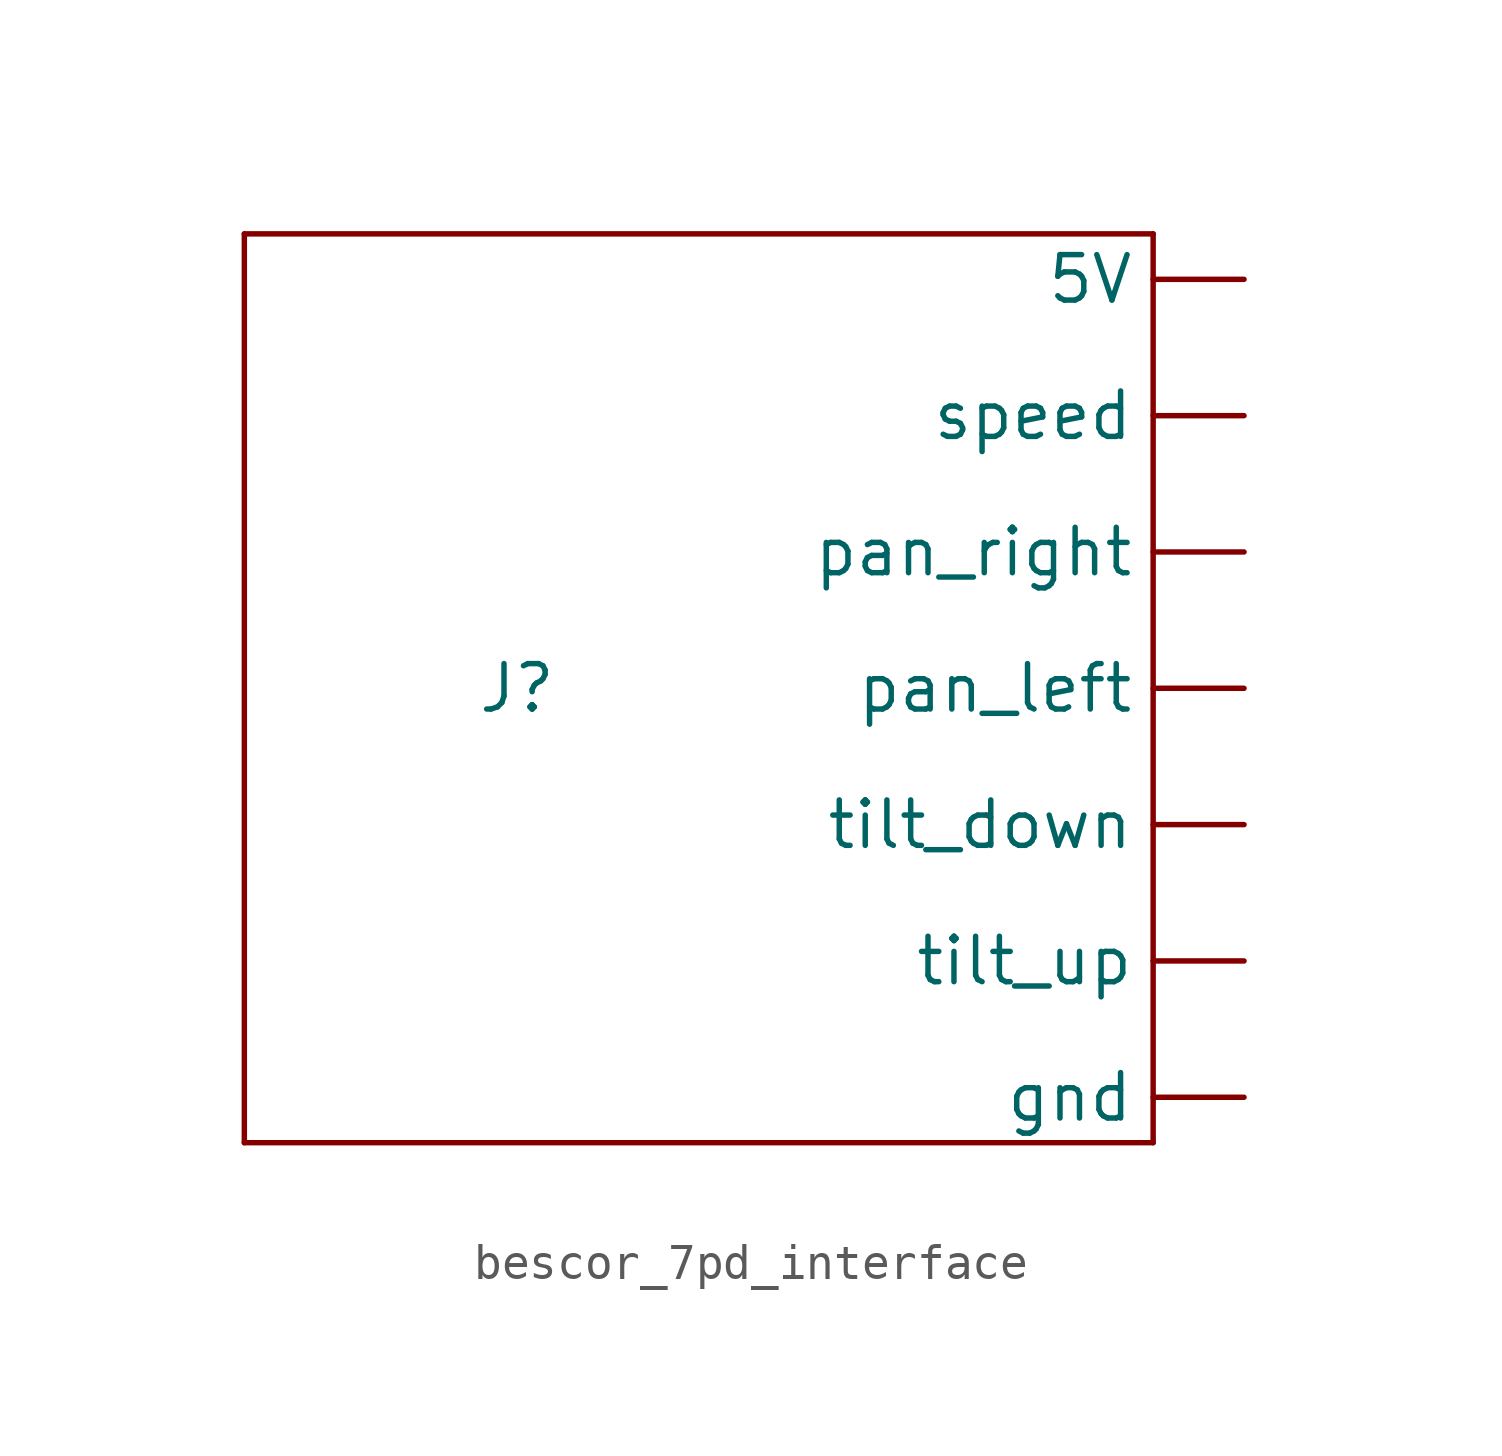
<source format=kicad_sym>
(kicad_symbol_lib
  (version 20220914)
  (generator kicad_symbol_editor)
  (symbol "bescor_7pd_interface"
    (property "Reference" "J"
      (at -5.08 0 0)
      (effects (font (size 1.27 1.27))))
    (property "Value" ""
      (at 15.24 8.89 0)
      (effects (font (size 1.27 1.27))))
    (property "ki_locked" ""
      (at 0 0 0)
      (effects (font (size 1.27 1.27))))
    (symbol "bescor_7pd_interface_0_0"
      (pin power_in line (at 15.24 11.43 180) (length 2.54) (name "5V" (effects (font (size 1.27 1.27)))) (number "" (effects (font (size 1.27 1.27)))))
      (pin power_in line (at 15.24 -11.43 180) (length 2.54) (name "gnd" (effects (font (size 1.27 1.27)))) (number "" (effects (font (size 1.27 1.27)))))
      (pin output line (at 15.24 0 180) (length 2.54) (name "pan_left" (effects (font (size 1.27 1.27)))) (number "" (effects (font (size 1.27 1.27)))))
      (pin output line (at 15.24 3.81 180) (length 2.54) (name "pan_right" (effects (font (size 1.27 1.27)))) (number "" (effects (font (size 1.27 1.27)))))
      (pin output line (at 15.24 7.62 180) (length 2.54) (name "speed" (effects (font (size 1.27 1.27)))) (number "" (effects (font (size 1.27 1.27)))))
      (pin output line (at 15.24 -3.81 180) (length 2.54) (name "tilt_down" (effects (font (size 1.27 1.27)))) (number "" (effects (font (size 1.27 1.27)))))
      (pin output line (at 15.24 -7.62 180) (length 2.54) (name "tilt_up" (effects (font (size 1.27 1.27)))) (number "" (effects (font (size 1.27 1.27))))))
    (symbol "bescor_7pd_interface_1_1"
      (rectangle (start -12.7 -12.7) (end 12.7 -12.7) (stroke (width 0) (type default)) (fill (type none)))
      (rectangle (start -12.7 12.7) (end -12.7 -12.7) (stroke (width 0) (type default)) (fill (type none)))
      (rectangle (start -12.7 12.7) (end 12.7 12.7) (stroke (width 0) (type default)) (fill (type none)))
      (rectangle (start 12.7 12.7) (end 12.7 -12.7) (stroke (width 0) (type default)) (fill (type none))))))
</source>
